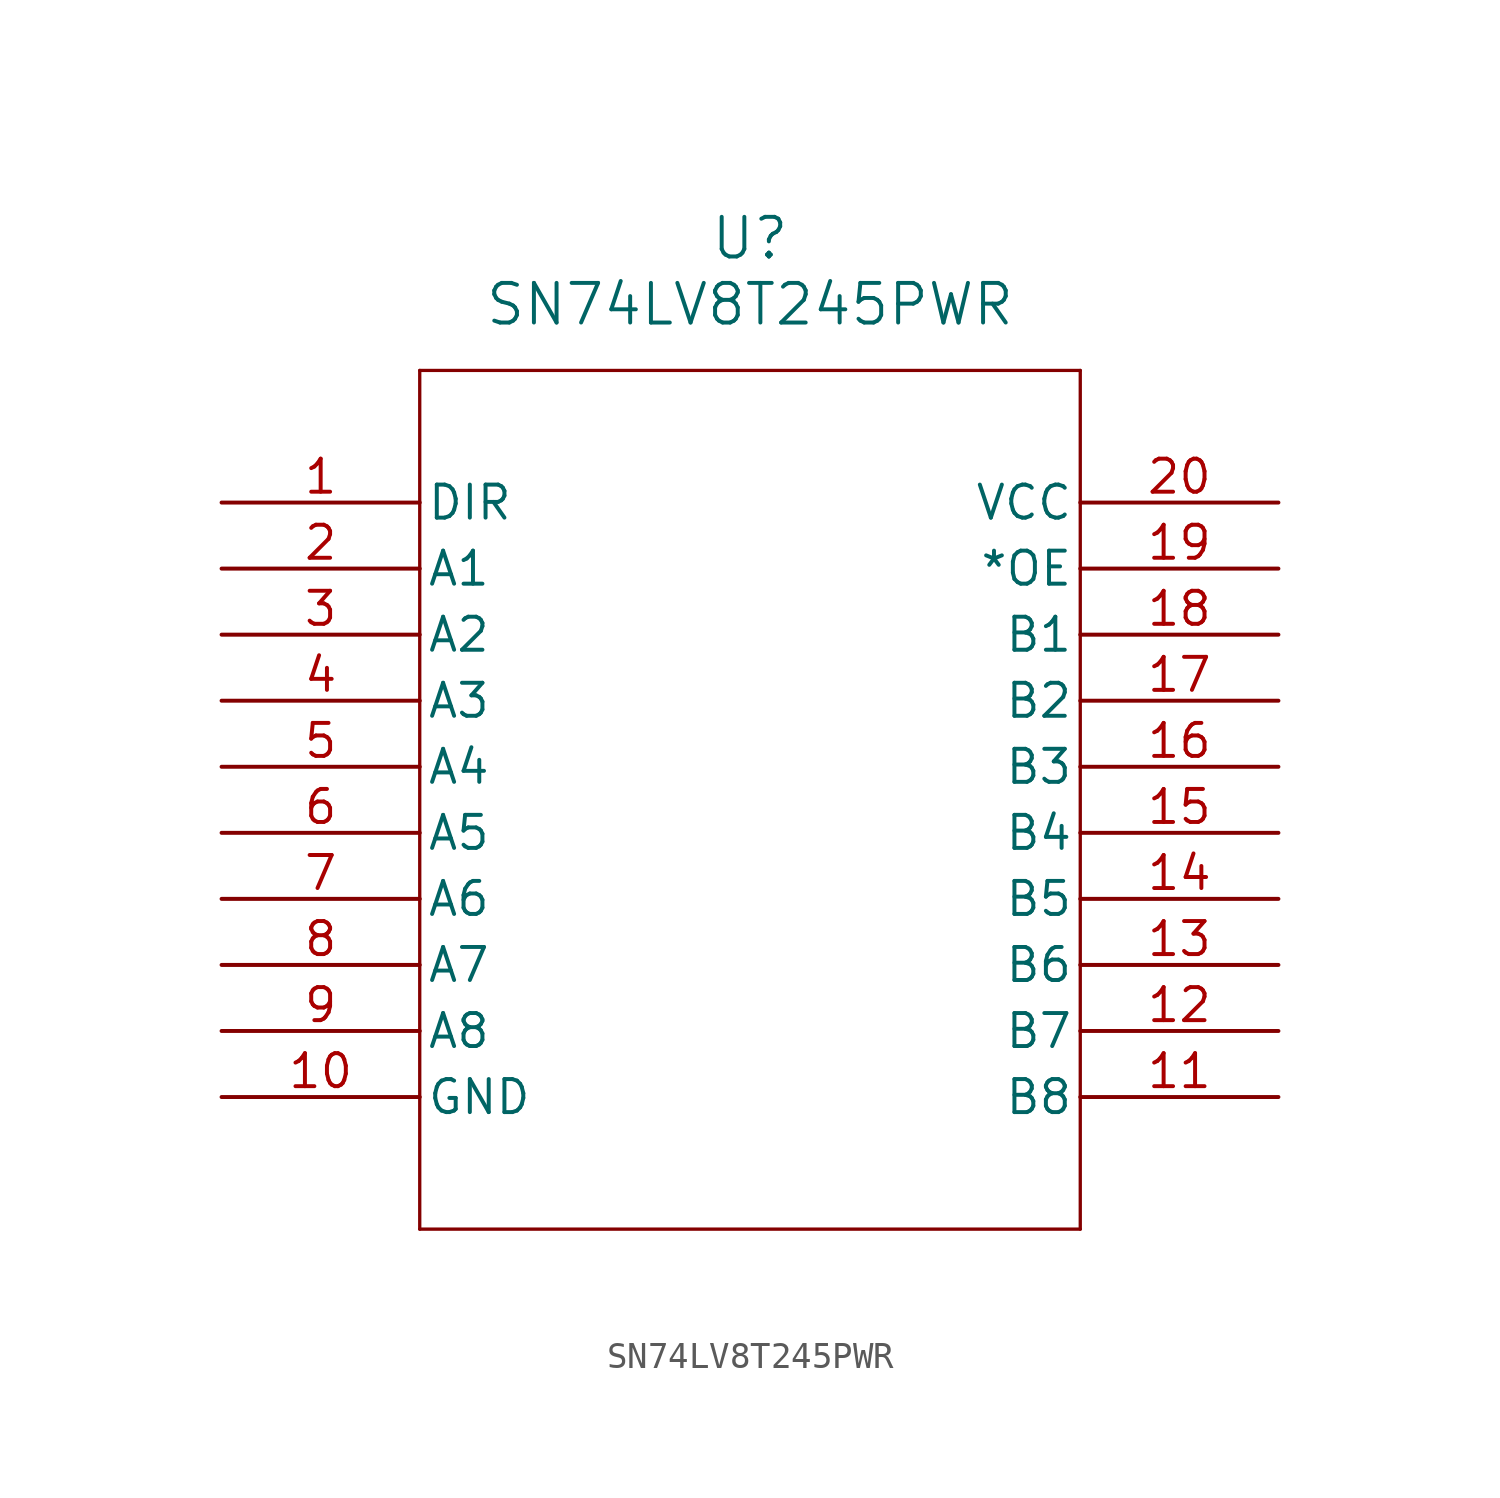
<source format=kicad_sym>
(kicad_symbol_lib
  (version 20211014)
  (generator kicad_symbol_editor)
  (symbol "SN74LV8T245PWR"
    (pin_names
      (offset 0.254))
    (property "Reference" "U"
      (at 20.32 10.16 0)
      (effects (font (size 1.524 1.524))))
    (property "Value" "SN74LV8T245PWR"
      (at 20.32 7.62 0)
      (effects (font (size 1.524 1.524))))
    (symbol "SN74LV8T245PWR_0_1"
      (polyline (pts (xy 7.62 5.08) (xy 7.62 -27.94)) (stroke (width 0.127) (type default) (color 0 0 0 0)) (fill (type none)))
      (polyline (pts (xy 7.62 -27.94) (xy 33.02 -27.94)) (stroke (width 0.127) (type default) (color 0 0 0 0)) (fill (type none)))
      (polyline (pts (xy 33.02 -27.94) (xy 33.02 5.08)) (stroke (width 0.127) (type default) (color 0 0 0 0)) (fill (type none)))
      (polyline (pts (xy 33.02 5.08) (xy 7.62 5.08)) (stroke (width 0.127) (type default) (color 0 0 0 0)) (fill (type none)))
      (pin input line (at 0 0 0) (length 7.62) (name "DIR" (effects (font (size 1.27 1.27)))) (number "1" (effects (font (size 1.27 1.27)))))
      (pin bidirectional line (at 0 -2.54 0) (length 7.62) (name "A1" (effects (font (size 1.27 1.27)))) (number "2" (effects (font (size 1.27 1.27)))))
      (pin bidirectional line (at 0 -5.08 0) (length 7.62) (name "A2" (effects (font (size 1.27 1.27)))) (number "3" (effects (font (size 1.27 1.27)))))
      (pin bidirectional line (at 0 -7.62 0) (length 7.62) (name "A3" (effects (font (size 1.27 1.27)))) (number "4" (effects (font (size 1.27 1.27)))))
      (pin bidirectional line (at 0 -10.16 0) (length 7.62) (name "A4" (effects (font (size 1.27 1.27)))) (number "5" (effects (font (size 1.27 1.27)))))
      (pin bidirectional line (at 0 -12.7 0) (length 7.62) (name "A5" (effects (font (size 1.27 1.27)))) (number "6" (effects (font (size 1.27 1.27)))))
      (pin bidirectional line (at 0 -15.24 0) (length 7.62) (name "A6" (effects (font (size 1.27 1.27)))) (number "7" (effects (font (size 1.27 1.27)))))
      (pin bidirectional line (at 0 -17.78 0) (length 7.62) (name "A7" (effects (font (size 1.27 1.27)))) (number "8" (effects (font (size 1.27 1.27)))))
      (pin bidirectional line (at 0 -20.32 0) (length 7.62) (name "A8" (effects (font (size 1.27 1.27)))) (number "9" (effects (font (size 1.27 1.27)))))
      (pin power_out line (at 0 -22.86 0) (length 7.62) (name "GND" (effects (font (size 1.27 1.27)))) (number "10" (effects (font (size 1.27 1.27)))))
      (pin bidirectional line (at 40.64 -22.86 180) (length 7.62) (name "B8" (effects (font (size 1.27 1.27)))) (number "11" (effects (font (size 1.27 1.27)))))
      (pin bidirectional line (at 40.64 -20.32 180) (length 7.62) (name "B7" (effects (font (size 1.27 1.27)))) (number "12" (effects (font (size 1.27 1.27)))))
      (pin bidirectional line (at 40.64 -17.78 180) (length 7.62) (name "B6" (effects (font (size 1.27 1.27)))) (number "13" (effects (font (size 1.27 1.27)))))
      (pin bidirectional line (at 40.64 -15.24 180) (length 7.62) (name "B5" (effects (font (size 1.27 1.27)))) (number "14" (effects (font (size 1.27 1.27)))))
      (pin bidirectional line (at 40.64 -12.7 180) (length 7.62) (name "B4" (effects (font (size 1.27 1.27)))) (number "15" (effects (font (size 1.27 1.27)))))
      (pin bidirectional line (at 40.64 -10.16 180) (length 7.62) (name "B3" (effects (font (size 1.27 1.27)))) (number "16" (effects (font (size 1.27 1.27)))))
      (pin bidirectional line (at 40.64 -7.62 180) (length 7.62) (name "B2" (effects (font (size 1.27 1.27)))) (number "17" (effects (font (size 1.27 1.27)))))
      (pin bidirectional line (at 40.64 -5.08 180) (length 7.62) (name "B1" (effects (font (size 1.27 1.27)))) (number "18" (effects (font (size 1.27 1.27)))))
      (pin input line (at 40.64 -2.54 180) (length 7.62) (name "*OE" (effects (font (size 1.27 1.27)))) (number "19" (effects (font (size 1.27 1.27)))))
      (pin power_in line (at 40.64 0 180) (length 7.62) (name "VCC" (effects (font (size 1.27 1.27)))) (number "20" (effects (font (size 1.27 1.27))))))))
</source>
